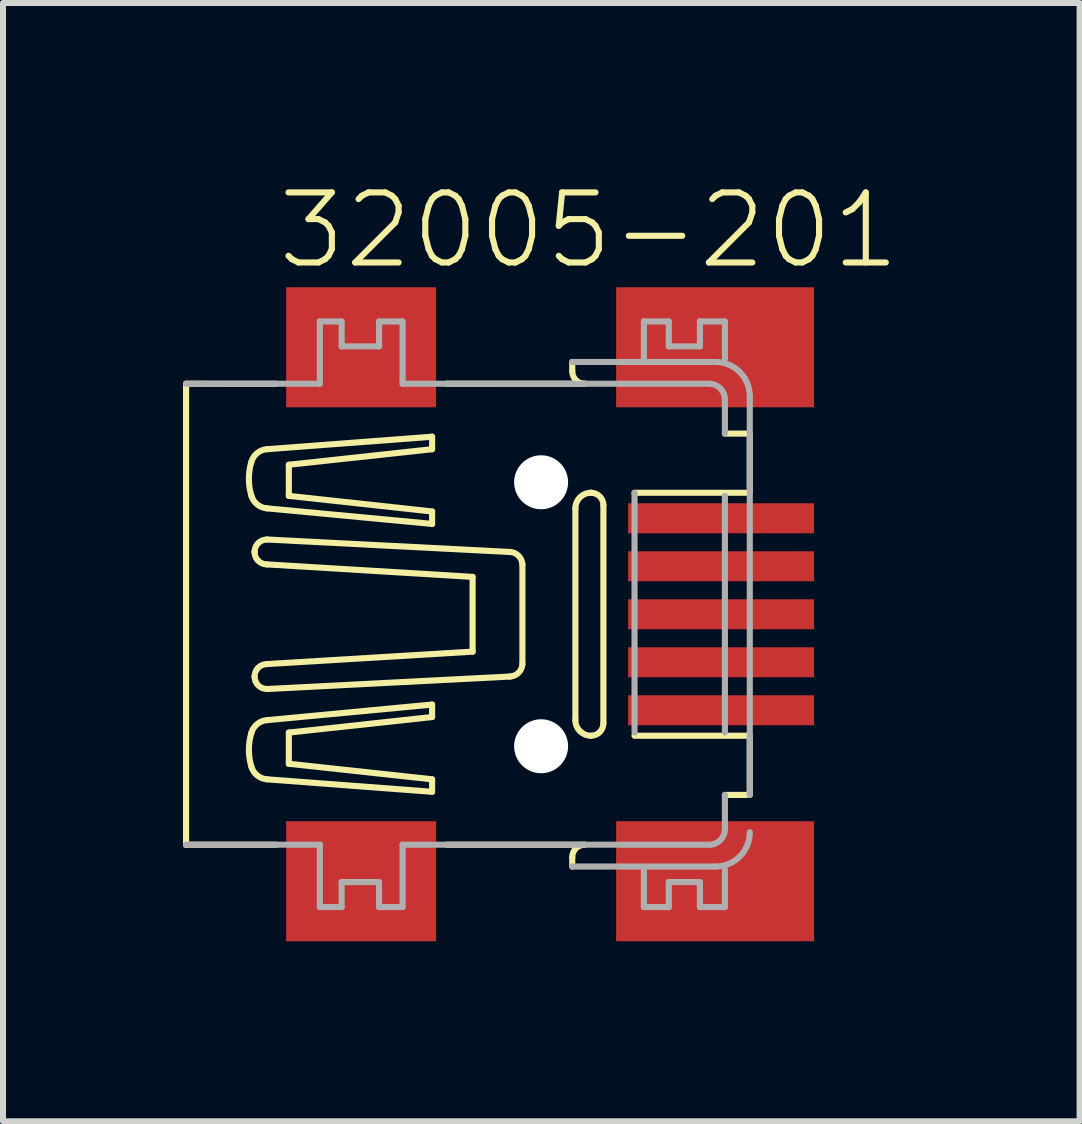
<source format=kicad_pcb>
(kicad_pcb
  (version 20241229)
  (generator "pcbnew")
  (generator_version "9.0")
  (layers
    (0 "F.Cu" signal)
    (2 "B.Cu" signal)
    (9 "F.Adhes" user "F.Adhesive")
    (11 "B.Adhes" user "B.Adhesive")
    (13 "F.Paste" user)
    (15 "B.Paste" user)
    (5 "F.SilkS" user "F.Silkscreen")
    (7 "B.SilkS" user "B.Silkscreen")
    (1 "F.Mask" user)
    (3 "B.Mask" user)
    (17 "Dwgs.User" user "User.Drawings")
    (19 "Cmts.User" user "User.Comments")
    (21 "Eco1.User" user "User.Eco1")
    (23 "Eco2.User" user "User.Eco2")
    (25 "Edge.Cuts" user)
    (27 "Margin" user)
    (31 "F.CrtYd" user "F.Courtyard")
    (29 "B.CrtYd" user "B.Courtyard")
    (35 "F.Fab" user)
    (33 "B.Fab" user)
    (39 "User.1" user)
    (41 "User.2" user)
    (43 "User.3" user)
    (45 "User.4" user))
  (footprint "32005-201"
    (layer "F.Cu")
    (at 5.969 7.188)
    (property "Reference" "32005-201" (at -4.445 -5.715 0) (layer "F.SilkS") (effects (font (size 1.168 1.168) (thickness 0.102)) (justify left bottom)))
    (fp_line (start -5.918 -3.842) (end -4.415 -3.841) (stroke (width 0.102) (type solid)) (layer "F.SilkS"))
    (fp_line (start -5.918 3.841) (end -5.918 -3.842) (stroke (width 0.102) (type solid)) (layer "F.SilkS"))
    (fp_line (start -5.918 3.841) (end -4.415 3.841) (stroke (width 0.102) (type solid)) (layer "F.SilkS"))
    (fp_line (start -5.918 3.841) (end -5.918 3.841) (stroke (width 0.102) (type solid)) (layer "F.SilkS"))
    (fp_line (start -4.776 -1.038) (end -4.776 -1.038) (stroke (width 0.102) (type solid)) (layer "F.SilkS"))
    (fp_line (start -4.569 -1.765) (end -1.817 -1.506) (stroke (width 0.102) (type solid)) (layer "F.SilkS"))
    (fp_line (start -4.569 -0.831) (end -1.142 -0.623) (stroke (width 0.102) (type solid)) (layer "F.SilkS"))
    (fp_line (start -4.569 0.83) (end -1.142 0.623) (stroke (width 0.102) (type solid)) (layer "F.SilkS"))
    (fp_line (start -4.569 1.765) (end -1.817 1.505) (stroke (width 0.102) (type solid)) (layer "F.SilkS"))
    (fp_line (start -4.568 -1.246) (end -0.519 -1.038) (stroke (width 0.102) (type solid)) (layer "F.SilkS"))
    (fp_line (start -4.568 1.246) (end -0.519 1.038) (stroke (width 0.102) (type solid)) (layer "F.SilkS"))
    (fp_line (start -4.205 -2.492) (end -1.817 -2.751) (stroke (width 0.102) (type solid)) (layer "F.SilkS"))
    (fp_line (start -4.205 -1.973) (end -4.205 -2.492) (stroke (width 0.102) (type solid)) (layer "F.SilkS"))
    (fp_line (start -4.205 1.972) (end -4.205 2.492) (stroke (width 0.102) (type solid)) (layer "F.SilkS"))
    (fp_line (start -4.205 2.492) (end -1.817 2.751) (stroke (width 0.102) (type solid)) (layer "F.SilkS"))
    (fp_line (start -1.817 -2.959) (end -4.569 -2.751) (stroke (width 0.102) (type solid)) (layer "F.SilkS"))
    (fp_line (start -1.817 -2.751) (end -1.817 -2.959) (stroke (width 0.102) (type solid)) (layer "F.SilkS"))
    (fp_line (start -1.817 -1.713) (end -4.205 -1.973) (stroke (width 0.102) (type solid)) (layer "F.SilkS"))
    (fp_line (start -1.817 -1.506) (end -1.817 -1.713) (stroke (width 0.102) (type solid)) (layer "F.SilkS"))
    (fp_line (start -1.817 1.505) (end -1.817 1.713) (stroke (width 0.102) (type solid)) (layer "F.SilkS"))
    (fp_line (start -1.817 1.713) (end -4.205 1.972) (stroke (width 0.102) (type solid)) (layer "F.SilkS"))
    (fp_line (start -1.817 2.751) (end -1.817 2.959) (stroke (width 0.102) (type solid)) (layer "F.SilkS"))
    (fp_line (start -1.817 2.959) (end -4.569 2.751) (stroke (width 0.102) (type solid)) (layer "F.SilkS"))
    (fp_line (start -1.583 3.841) (end 0.727 3.841) (stroke (width 0.102) (type solid)) (layer "F.SilkS"))
    (fp_line (start -1.583 -3.842) (end 0.727 -3.842) (stroke (width 0.102) (type solid)) (layer "F.SilkS"))
    (fp_line (start -1.142 0.623) (end -1.142 -0.623) (stroke (width 0.102) (type solid)) (layer "F.SilkS"))
    (fp_line (start -0.312 0.83) (end -0.312 -0.831) (stroke (width 0.102) (type solid)) (layer "F.SilkS"))
    (fp_line (start 0.519 -4.049) (end 0.519 -4.205) (stroke (width 0.102) (type solid)) (layer "F.SilkS"))
    (fp_line (start 0.519 4.049) (end 0.519 4.205) (stroke (width 0.102) (type solid)) (layer "F.SilkS"))
    (fp_line (start 0.571 -1.765) (end 0.571 1.765) (stroke (width 0.102) (type solid)) (layer "F.SilkS"))
    (fp_line (start 0.831 -2.025) (end 0.83 -2.025) (stroke (width 0.102) (type solid)) (layer "F.SilkS"))
    (fp_line (start 1.038 1.817) (end 1.038 -1.817) (stroke (width 0.102) (type solid)) (layer "F.SilkS"))
    (fp_line (start 1.557 -2.025) (end 3.426 -2.025) (stroke (width 0.102) (type solid)) (layer "F.SilkS"))
    (fp_line (start 1.557 2.025) (end 3.426 2.025) (stroke (width 0.102) (type solid)) (layer "F.SilkS"))
    (fp_line (start 3.063 -3.011) (end 3.426 -3.011) (stroke (width 0.102) (type solid)) (layer "F.SilkS"))
    (fp_line (start 3.063 3.011) (end 3.426 3.011) (stroke (width 0.102) (type solid)) (layer "F.SilkS"))
    (fp_line (start 3.478 2.025) (end 3.478 3.011) (stroke (width 0.102) (type solid)) (layer "F.SilkS"))
    (fp_line (start 3.478 -3.011) (end 3.478 -2.025) (stroke (width 0.102) (type solid)) (layer "F.SilkS"))
    (fp_arc (start -4.828 -2.5438) (mid -4.730297 -2.687659) (end -4.5685 -2.7514) (stroke (width 0.1016) (type solid)) (layer "F.SilkS"))
    (fp_arc (start -4.828 -1.9727) (mid -4.870802 -2.25825) (end -4.828 -2.5438) (stroke (width 0.1016) (type solid)) (layer "F.SilkS"))
    (fp_arc (start -4.828 1.9725) (mid -4.730298 1.828641) (end -4.568501 1.764899) (stroke (width 0.1016) (type solid)) (layer "F.SilkS"))
    (fp_arc (start -4.828 2.5436) (mid -4.870802 2.25805) (end -4.828 1.9725) (stroke (width 0.1016) (type solid)) (layer "F.SilkS"))
    (fp_arc (start -4.7761 -1.0383) (mid -4.715295 -1.185095) (end -4.5685 -1.2459) (stroke (width 0.1016) (type solid)) (layer "F.SilkS"))
    (fp_arc (start -4.7761 1.038) (mid -4.715295 0.891205) (end -4.5685 0.8304) (stroke (width 0.1016) (type solid)) (layer "F.SilkS"))
    (fp_arc (start -4.568501 -1.765099) (mid -4.730298 -1.828841) (end -4.828 -1.9727) (stroke (width 0.1016) (type solid)) (layer "F.SilkS"))
    (fp_arc (start -4.5685 -0.8306) (mid -4.715295 -0.891405) (end -4.7761 -1.0382) (stroke (width 0.1016) (type solid)) (layer "F.SilkS"))
    (fp_arc (start -4.5685 1.2457) (mid -4.715295 1.184895) (end -4.7761 1.0381) (stroke (width 0.1016) (type solid)) (layer "F.SilkS"))
    (fp_arc (start -4.5685 2.7512) (mid -4.730297 2.687459) (end -4.828 2.5436) (stroke (width 0.1016) (type solid)) (layer "F.SilkS"))
    (fp_arc (start -0.5192 -1.0383) (mid -0.375653 -0.974177) (end -0.311598 -0.8306) (stroke (width 0.1016) (type solid)) (layer "F.SilkS"))
    (fp_arc (start -0.311599 0.830399) (mid -0.375679 0.973951) (end -0.5192 1.0381) (stroke (width 0.1016) (type solid)) (layer "F.SilkS"))
    (fp_arc (start 0.519 4.049) (mid 0.579805 3.902205) (end 0.7266 3.8414) (stroke (width 0.1016) (type solid)) (layer "F.SilkS"))
    (fp_arc (start 0.570899 -1.765099) (mid 0.646934 -1.948565) (end 0.8304 -2.0246) (stroke (width 0.1016) (type solid)) (layer "F.SilkS"))
    (fp_arc (start 0.7266 -3.8416) (mid 0.579805 -3.902405) (end 0.519 -4.0492) (stroke (width 0.1016) (type solid)) (layer "F.SilkS"))
    (fp_arc (start 0.8304 2.0244) (mid 0.646993 1.948306) (end 0.570899 1.764899) (stroke (width 0.1016) (type solid)) (layer "F.SilkS"))
    (fp_arc (start 0.8305 -2.0246) (mid 0.977325 -1.963825) (end 1.0381 -1.817) (stroke (width 0.1016) (type solid)) (layer "F.SilkS"))
    (fp_arc (start 1.0381 1.8168) (mid 0.977325 1.963625) (end 0.8305 2.0244) (stroke (width 0.1016) (type solid)) (layer "F.SilkS"))
    (fp_line (start -5.918 -3.842) (end -3.688 -3.842) (stroke (width 0.102) (type solid)) (layer "F.Fab"))
    (fp_line (start -5.918 3.841) (end -3.688 3.841) (stroke (width 0.102) (type solid)) (layer "F.Fab"))
    (fp_line (start -3.688 -4.88) (end -3.325 -4.88) (stroke (width 0.102) (type solid)) (layer "F.Fab"))
    (fp_line (start -3.688 -3.842) (end -3.688 -4.88) (stroke (width 0.102) (type solid)) (layer "F.Fab"))
    (fp_line (start -3.688 3.841) (end -3.688 4.88) (stroke (width 0.102) (type solid)) (layer "F.Fab"))
    (fp_line (start -3.688 4.88) (end -3.325 4.88) (stroke (width 0.102) (type solid)) (layer "F.Fab"))
    (fp_line (start -3.325 -4.88) (end -3.325 -4.465) (stroke (width 0.102) (type solid)) (layer "F.Fab"))
    (fp_line (start -3.325 -4.465) (end -2.701 -4.465) (stroke (width 0.102) (type solid)) (layer "F.Fab"))
    (fp_line (start -3.325 4.464) (end -2.701 4.464) (stroke (width 0.102) (type solid)) (layer "F.Fab"))
    (fp_line (start -3.325 4.88) (end -3.325 4.464) (stroke (width 0.102) (type solid)) (layer "F.Fab"))
    (fp_line (start -2.701 -4.88) (end -2.309 -4.88) (stroke (width 0.102) (type solid)) (layer "F.Fab"))
    (fp_line (start -2.701 -4.465) (end -2.701 -4.88) (stroke (width 0.102) (type solid)) (layer "F.Fab"))
    (fp_line (start -2.701 4.464) (end -2.701 4.88) (stroke (width 0.102) (type solid)) (layer "F.Fab"))
    (fp_line (start -2.701 4.88) (end -2.309 4.88) (stroke (width 0.102) (type solid)) (layer "F.Fab"))
    (fp_line (start -2.309 -4.88) (end -2.309 -3.842) (stroke (width 0.102) (type solid)) (layer "F.Fab"))
    (fp_line (start -2.309 -3.842) (end 0.727 -3.841) (stroke (width 0.102) (type solid)) (layer "F.Fab"))
    (fp_line (start -2.309 3.841) (end 2.803 3.841) (stroke (width 0.102) (type solid)) (layer "F.Fab"))
    (fp_line (start -2.309 4.88) (end -2.309 3.841) (stroke (width 0.102) (type solid)) (layer "F.Fab"))
    (fp_line (start 0.519 -4.205) (end 2.907 -4.205) (stroke (width 0.102) (type solid)) (layer "F.Fab"))
    (fp_line (start 0.519 4.205) (end 2.907 4.205) (stroke (width 0.102) (type solid)) (layer "F.Fab"))
    (fp_line (start 1.557 1.972) (end 1.557 -2.025) (stroke (width 0.102) (type solid)) (layer "F.Fab"))
    (fp_line (start 1.713 -4.88) (end 2.128 -4.88) (stroke (width 0.102) (type solid)) (layer "F.Fab"))
    (fp_line (start 1.713 -4.257) (end 1.713 -4.88) (stroke (width 0.102) (type solid)) (layer "F.Fab"))
    (fp_line (start 1.713 4.257) (end 1.713 4.88) (stroke (width 0.102) (type solid)) (layer "F.Fab"))
    (fp_line (start 1.713 4.88) (end 2.128 4.88) (stroke (width 0.102) (type solid)) (layer "F.Fab"))
    (fp_line (start 2.128 -4.88) (end 2.128 -4.465) (stroke (width 0.102) (type solid)) (layer "F.Fab"))
    (fp_line (start 2.128 -4.465) (end 2.647 -4.465) (stroke (width 0.102) (type solid)) (layer "F.Fab"))
    (fp_line (start 2.128 4.464) (end 2.647 4.464) (stroke (width 0.102) (type solid)) (layer "F.Fab"))
    (fp_line (start 2.128 4.88) (end 2.128 4.464) (stroke (width 0.102) (type solid)) (layer "F.Fab"))
    (fp_line (start 2.647 -4.88) (end 3.063 -4.88) (stroke (width 0.102) (type solid)) (layer "F.Fab"))
    (fp_line (start 2.647 -4.465) (end 2.647 -4.88) (stroke (width 0.102) (type solid)) (layer "F.Fab"))
    (fp_line (start 2.647 4.464) (end 2.647 4.88) (stroke (width 0.102) (type solid)) (layer "F.Fab"))
    (fp_line (start 2.647 4.88) (end 3.063 4.88) (stroke (width 0.102) (type solid)) (layer "F.Fab"))
    (fp_line (start 2.803 -3.842) (end 0.727 -3.842) (stroke (width 0.102) (type solid)) (layer "F.Fab"))
    (fp_line (start 3.063 -4.88) (end 3.063 -4.257) (stroke (width 0.102) (type solid)) (layer "F.Fab"))
    (fp_line (start 3.063 -3.582) (end 3.063 -3.011) (stroke (width 0.102) (type solid)) (layer "F.Fab"))
    (fp_line (start 3.063 1.973) (end 3.063 -1.973) (stroke (width 0.102) (type solid)) (layer "F.Fab"))
    (fp_line (start 3.063 3.582) (end 3.063 3.011) (stroke (width 0.102) (type solid)) (layer "F.Fab"))
    (fp_line (start 3.063 4.88) (end 3.063 4.257) (stroke (width 0.102) (type solid)) (layer "F.Fab"))
    (fp_line (start 3.478 -3.634) (end 3.478 3.011) (stroke (width 0.102) (type solid)) (layer "F.Fab"))
    (fp_arc (start 2.8032 -3.8416) (mid 2.986694 -3.765594) (end 3.0627 -3.5821) (stroke (width 0.1016) (type solid)) (layer "F.Fab"))
    (fp_arc (start 2.907 -4.205) (mid 3.310829 -4.037729) (end 3.4781 -3.6339) (stroke (width 0.1016) (type solid)) (layer "F.Fab"))
    (fp_arc (start 3.0627 3.5819) (mid 2.986724 3.765424) (end 2.8032 3.8414) (stroke (width 0.1016) (type solid)) (layer "F.Fab"))
    (fp_arc (start 3.4781 3.6337) (mid 3.310858 4.037558) (end 2.907 4.2048) (stroke (width 0.1016) (type solid)) (layer "F.Fab"))
    (pad "" np_thru_hole circle (at 0 -2.2) (size 0.9 0.9) (drill 0.9) (layers "*.Cu" "*.Mask"))
    (pad "" np_thru_hole circle (at 0 2.2) (size 0.9 0.9) (drill 0.9) (layers "*.Cu" "*.Mask"))
    (pad "1" smd rect (at 3 -1.6) (size 3.1 0.5) (layers "F.Cu" "F.Mask" "F.Paste"))
    (pad "2" smd rect (at 3 -0.8) (size 3.1 0.5) (layers "F.Cu" "F.Mask" "F.Paste"))
    (pad "3" smd rect (at 3 0) (size 3.1 0.5) (layers "F.Cu" "F.Mask" "F.Paste"))
    (pad "4" smd rect (at 3 0.8) (size 3.1 0.5) (layers "F.Cu" "F.Mask" "F.Paste"))
    (pad "5" smd rect (at 3 1.6) (size 3.1 0.5) (layers "F.Cu" "F.Mask" "F.Paste"))
    (pad "M1" smd rect (at -3 4.45) (size 2.5 2) (layers "F.Cu" "F.Mask" "F.Paste"))
    (pad "M2" smd rect (at -3 -4.45) (size 2.5 2) (layers "F.Cu" "F.Mask" "F.Paste"))
    (pad "M3" smd rect (at 2.9 -4.45) (size 3.3 2) (layers "F.Cu" "F.Mask" "F.Paste"))
    (pad "M4" smd rect (at 2.9 4.45) (size 3.3 2) (layers "F.Cu" "F.Mask" "F.Paste")))
  (gr_rect
    (start -3 -3)
    (end 14.944 15.638)
    (stroke (width 0.1) (type default))
    (fill no)
    (layer "Edge.Cuts")))
</source>
